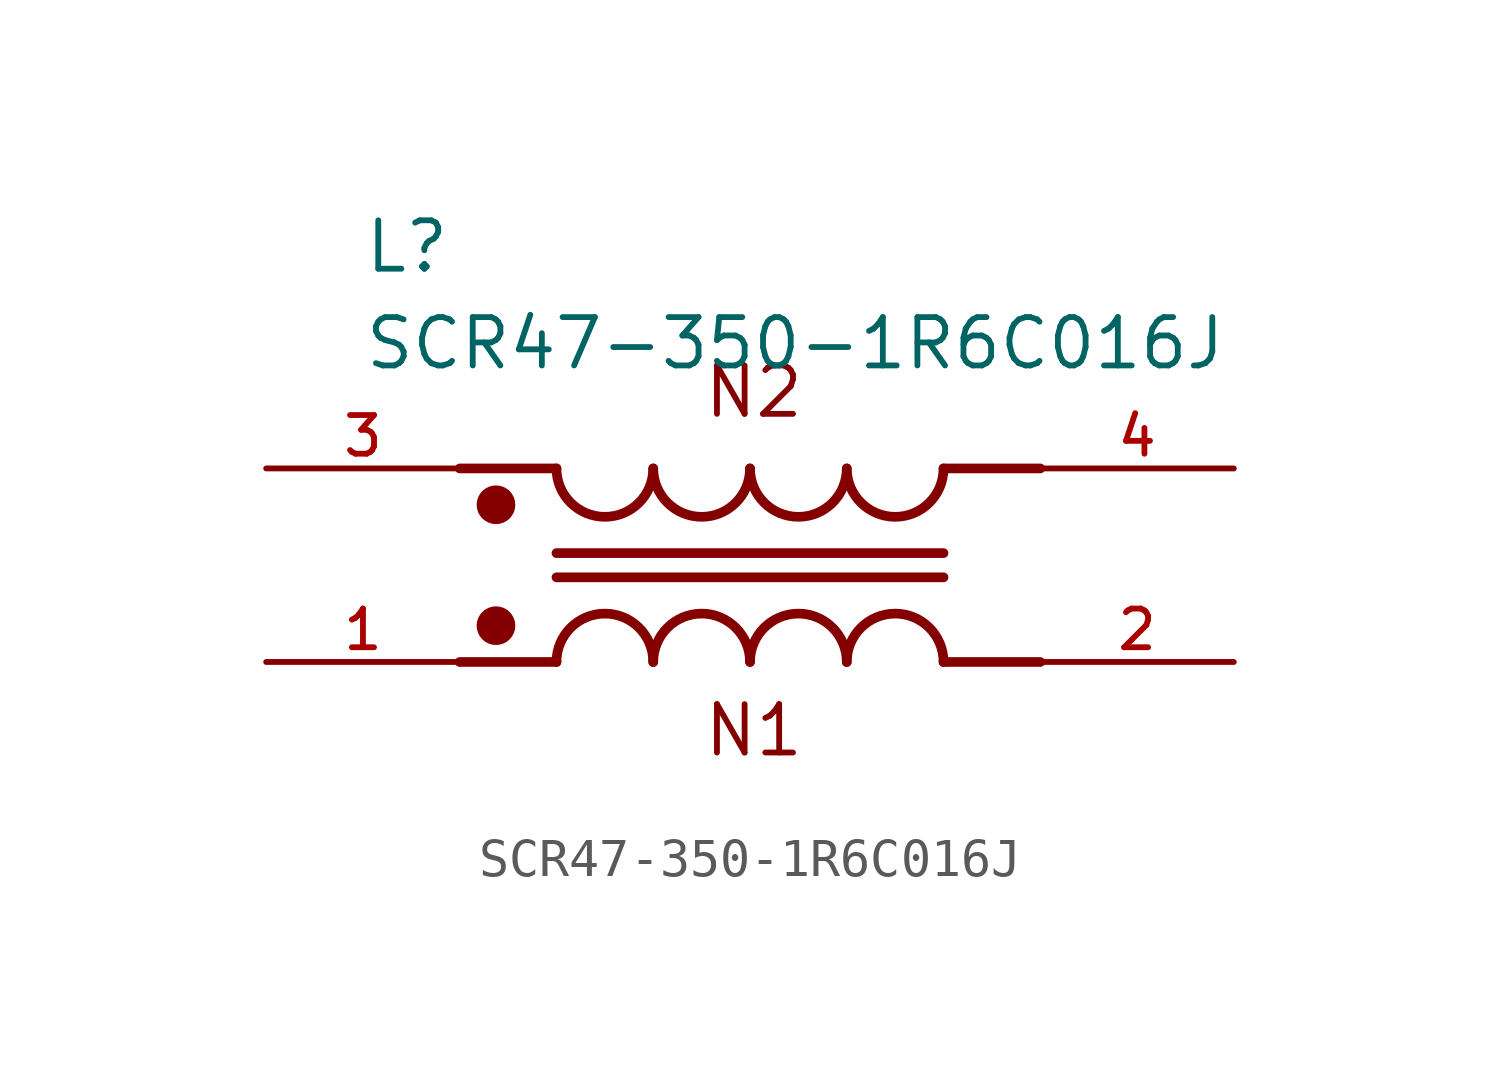
<source format=kicad_sym>
(kicad_symbol_lib
  (version 20211014)
  (generator kicad_symbol_editor)
  (symbol "SCR47-350-1R6C016J"
    (pin_names
      (offset 1.016))
    (property "Reference" "L"
      (at -10.16 7.62 0)
      (effects (font (size 1.27 1.27)) (justify bottom left)))
    (property "Value" "SCR47-350-1R6C016J"
      (at -10.16 5.08 0)
      (effects (font (size 1.27 1.27)) (justify bottom left)))
    (symbol "SCR47-350-1R6C016J_0_0"
      (polyline (pts (xy -5.08 -2.54) (xy -7.62 -2.54)) (stroke (width 0.254)))
      (polyline (pts (xy 5.08 -2.54) (xy 7.62 -2.54)) (stroke (width 0.254)))
      (arc (start -2.54 -2.54) (mid -3.81 -1.27) (end -5.08 -2.54) (stroke (width 0.254) (type default) (color 0 0 0 0)) (fill (type none)))
      (arc (start 0.0 -2.54) (mid -1.27 -1.27) (end -2.54 -2.54) (stroke (width 0.254) (type default) (color 0 0 0 0)) (fill (type none)))
      (arc (start 2.54 -2.54) (mid 1.27 -1.27) (end 0.0 -2.54) (stroke (width 0.254) (type default) (color 0 0 0 0)) (fill (type none)))
      (arc (start 5.08 -2.54) (mid 3.81 -1.27) (end 2.54 -2.54) (stroke (width 0.254) (type default) (color 0 0 0 0)) (fill (type none)))
      (polyline (pts (xy 5.08 2.54) (xy 7.62 2.54)) (stroke (width 0.254)))
      (polyline (pts (xy -5.08 2.54) (xy -7.62 2.54)) (stroke (width 0.254)))
      (arc (start 2.54 2.54) (mid 3.81 1.27) (end 5.08 2.54) (stroke (width 0.254) (type default) (color 0 0 0 0)) (fill (type none)))
      (arc (start 0.0 2.54) (mid 1.27 1.27) (end 2.54 2.54) (stroke (width 0.254) (type default) (color 0 0 0 0)) (fill (type none)))
      (arc (start -2.54 2.54) (mid -1.27 1.27) (end 0.0 2.54) (stroke (width 0.254) (type default) (color 0 0 0 0)) (fill (type none)))
      (arc (start -5.08 2.54) (mid -3.81 1.27) (end -2.54 2.54) (stroke (width 0.254) (type default) (color 0 0 0 0)) (fill (type none)))
      (polyline (pts (xy -5.08 -0.318) (xy 5.08 -0.318)) (stroke (width 0.254)))
      (polyline (pts (xy -5.08 0.318) (xy 5.08 0.318)) (stroke (width 0.254)))
      (text "N1" (at -1.27 -5.08 0) (effects (font (size 1.27 1.27)) (justify bottom left)))
      (text "N2" (at -1.27 3.81 0) (effects (font (size 1.27 1.27)) (justify bottom left)))
      (circle (center -6.668 -1.587) (radius 0.254) (stroke (width 0.508)) (fill (type none)))
      (circle (center -6.668 1.587) (radius 0.254) (stroke (width 0.508)) (fill (type none)))
      (pin passive line (at -12.7 -2.54 0) (length 5.08) (name "~" (effects (font (size 1.016 1.016)))) (number "1" (effects (font (size 1.016 1.016)))))
      (pin passive line (at 12.7 -2.54 180.0) (length 5.08) (name "~" (effects (font (size 1.016 1.016)))) (number "2" (effects (font (size 1.016 1.016)))))
      (pin passive line (at -12.7 2.54 0) (length 5.08) (name "~" (effects (font (size 1.016 1.016)))) (number "3" (effects (font (size 1.016 1.016)))))
      (pin passive line (at 12.7 2.54 180.0) (length 5.08) (name "~" (effects (font (size 1.016 1.016)))) (number "4" (effects (font (size 1.016 1.016))))))))
</source>
